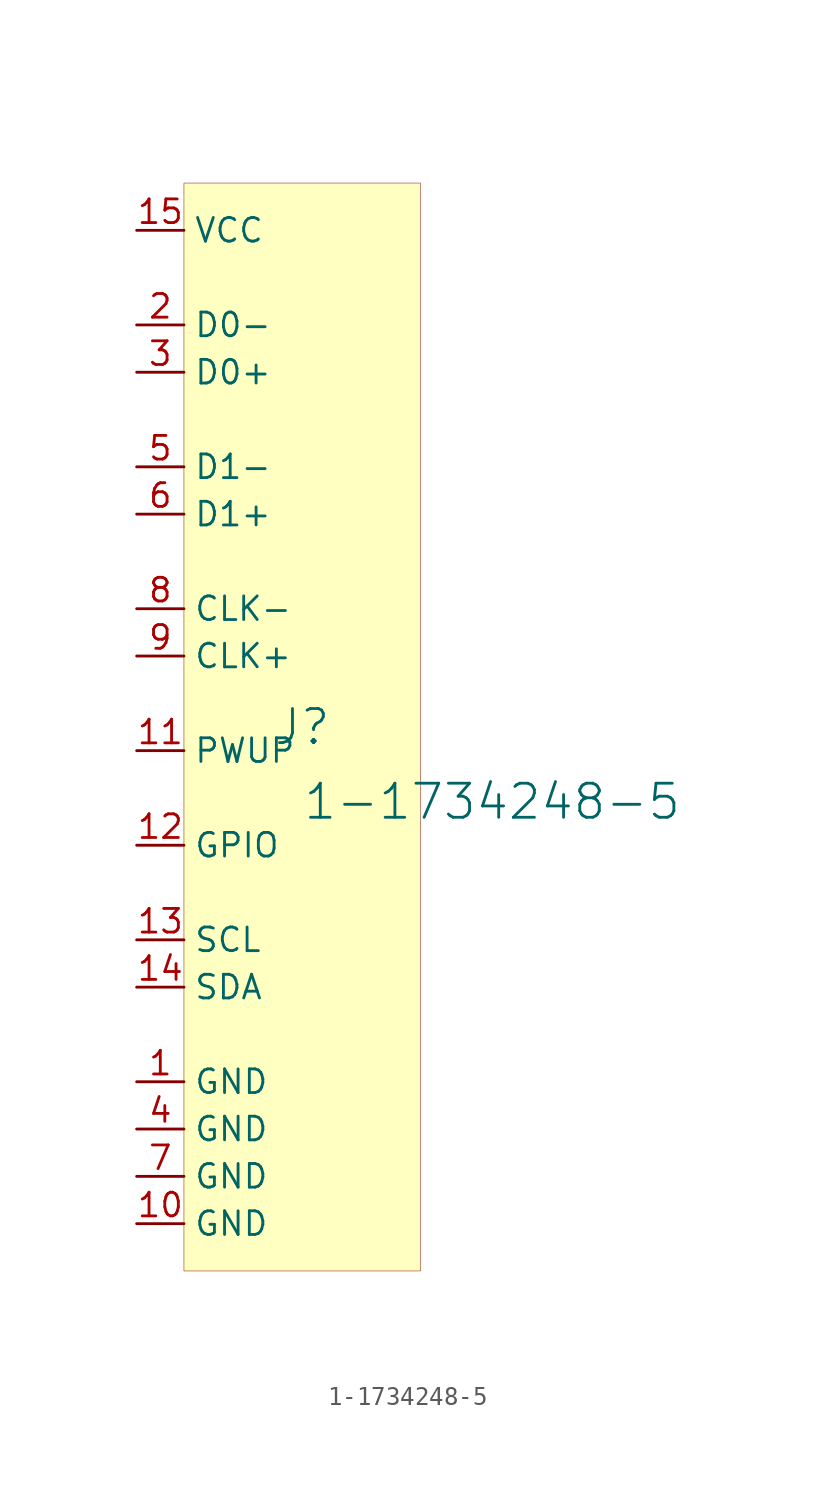
<source format=kicad_sym>
(kicad_symbol_lib
  (version 20231120)
  (generator "kicad_symbol_editor")
  (generator_version "8.0")
  (symbol "1-1734248-5"
    (property "Reference" "J"
      (at -1.27 1.27 0)
      (effects (font (size 1.829 1.829))))
    (property "Value" "1-1734248-5"
      (at -1.27 -3.81 0)
      (effects (font (size 1.829 1.829)) (justify left bottom)))
    (symbol "1-1734248-5_1_0"
      (rectangle (start -7.62 30.48) (end 5.08 -27.94) (stroke (width 0.025) (type solid)) (fill (type background)))
      (pin power_in line (at -10.16 -17.78 0) (length 2.54) (name "GND" (effects (font (size 1.27 1.27)))) (number "1" (effects (font (size 1.27 1.27)))))
      (pin power_in line (at -10.16 -25.4 0) (length 2.54) (name "GND" (effects (font (size 1.27 1.27)))) (number "10" (effects (font (size 1.27 1.27)))))
      (pin input line (at -10.16 0 0) (length 2.54) (name "PWUP" (effects (font (size 1.27 1.27)))) (number "11" (effects (font (size 1.27 1.27)))))
      (pin bidirectional line (at -10.16 -5.08 0) (length 2.54) (name "GPIO" (effects (font (size 1.27 1.27)))) (number "12" (effects (font (size 1.27 1.27)))))
      (pin input line (at -10.16 -10.16 0) (length 2.54) (name "SCL" (effects (font (size 1.27 1.27)))) (number "13" (effects (font (size 1.27 1.27)))))
      (pin bidirectional line (at -10.16 -12.7 0) (length 2.54) (name "SDA" (effects (font (size 1.27 1.27)))) (number "14" (effects (font (size 1.27 1.27)))))
      (pin power_in line (at -10.16 27.94 0) (length 2.54) (name "VCC" (effects (font (size 1.27 1.27)))) (number "15" (effects (font (size 1.27 1.27)))))
      (pin output line (at -10.16 22.86 0) (length 2.54) (name "D0-" (effects (font (size 1.27 1.27)))) (number "2" (effects (font (size 1.27 1.27)))))
      (pin output line (at -10.16 20.32 0) (length 2.54) (name "D0+" (effects (font (size 1.27 1.27)))) (number "3" (effects (font (size 1.27 1.27)))))
      (pin power_in line (at -10.16 -20.32 0) (length 2.54) (name "GND" (effects (font (size 1.27 1.27)))) (number "4" (effects (font (size 1.27 1.27)))))
      (pin output line (at -10.16 15.24 0) (length 2.54) (name "D1-" (effects (font (size 1.27 1.27)))) (number "5" (effects (font (size 1.27 1.27)))))
      (pin output line (at -10.16 12.7 0) (length 2.54) (name "D1+" (effects (font (size 1.27 1.27)))) (number "6" (effects (font (size 1.27 1.27)))))
      (pin power_in line (at -10.16 -22.86 0) (length 2.54) (name "GND" (effects (font (size 1.27 1.27)))) (number "7" (effects (font (size 1.27 1.27)))))
      (pin input line (at -10.16 7.62 0) (length 2.54) (name "CLK-" (effects (font (size 1.27 1.27)))) (number "8" (effects (font (size 1.27 1.27)))))
      (pin input line (at -10.16 5.08 0) (length 2.54) (name "CLK+" (effects (font (size 1.27 1.27)))) (number "9" (effects (font (size 1.27 1.27))))))))
</source>
